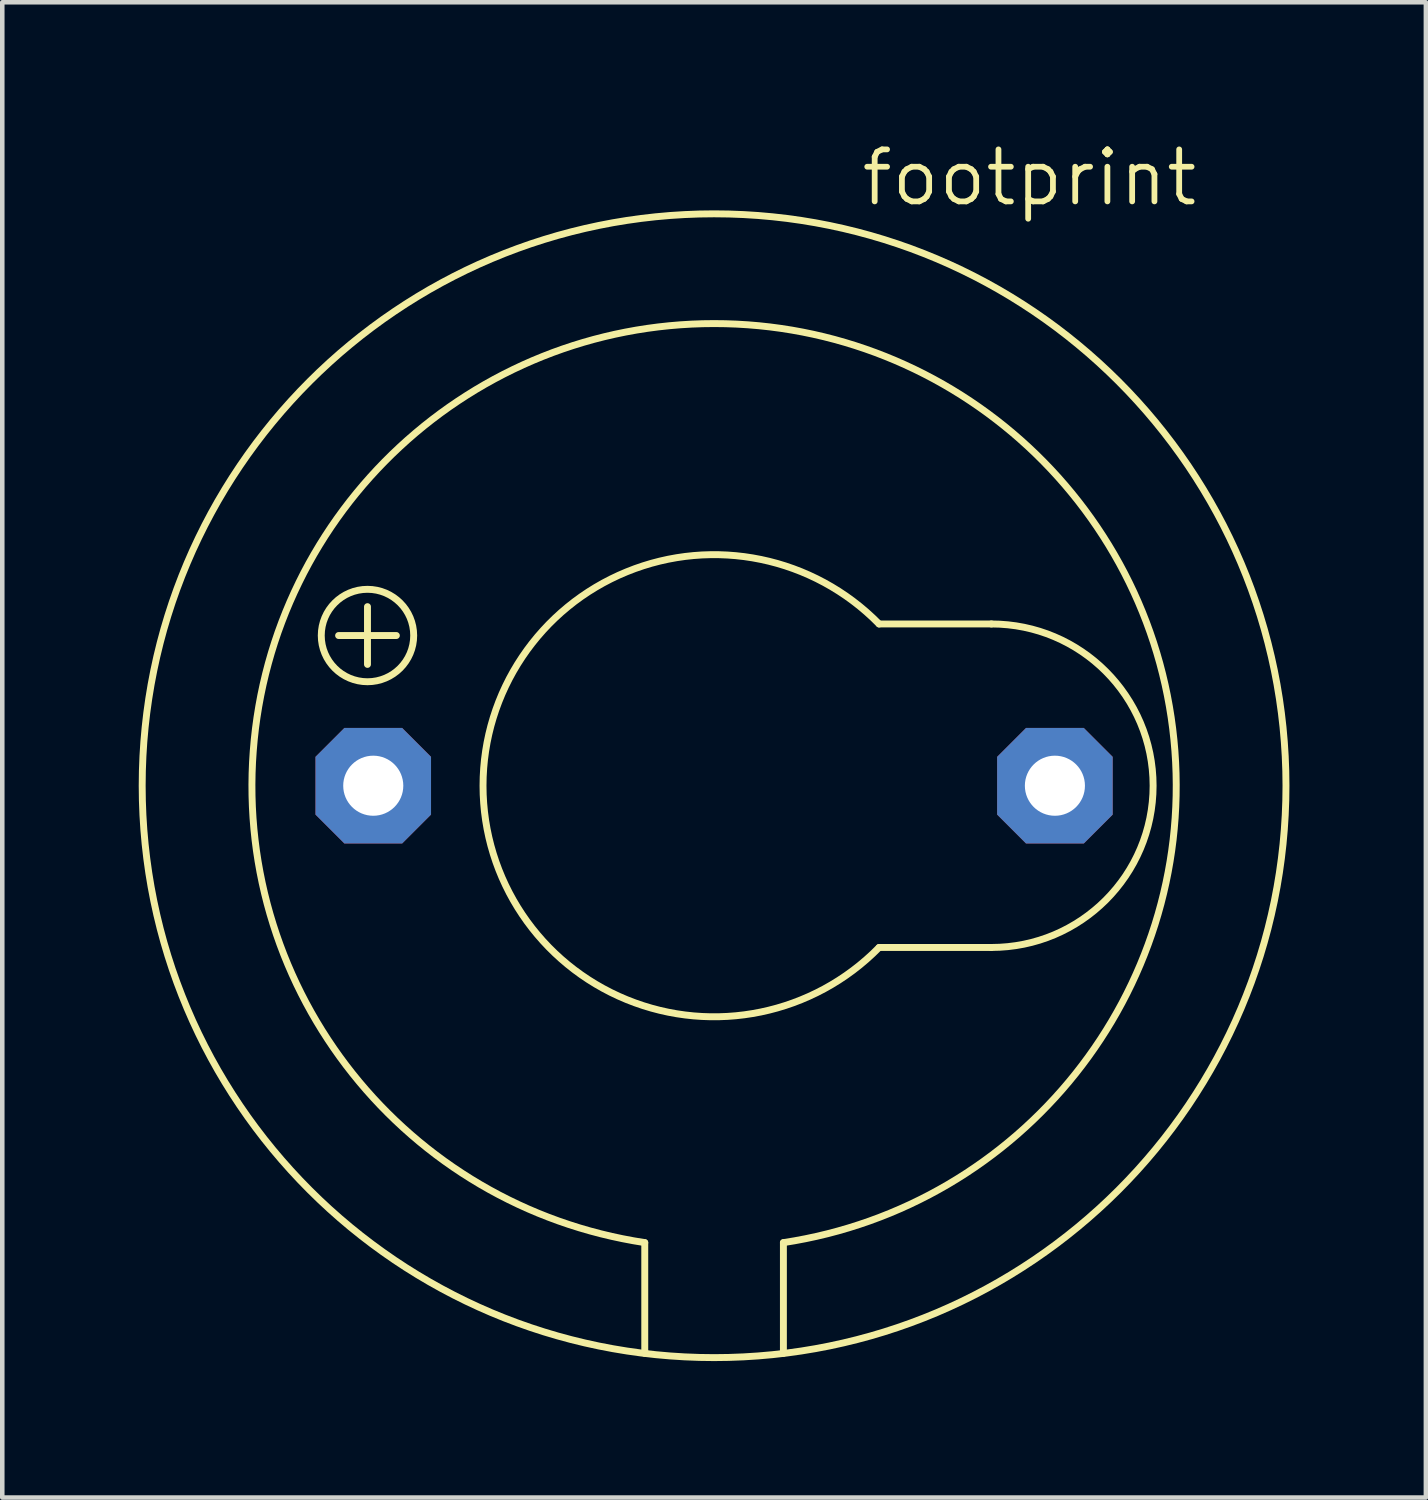
<source format=kicad_pcb>
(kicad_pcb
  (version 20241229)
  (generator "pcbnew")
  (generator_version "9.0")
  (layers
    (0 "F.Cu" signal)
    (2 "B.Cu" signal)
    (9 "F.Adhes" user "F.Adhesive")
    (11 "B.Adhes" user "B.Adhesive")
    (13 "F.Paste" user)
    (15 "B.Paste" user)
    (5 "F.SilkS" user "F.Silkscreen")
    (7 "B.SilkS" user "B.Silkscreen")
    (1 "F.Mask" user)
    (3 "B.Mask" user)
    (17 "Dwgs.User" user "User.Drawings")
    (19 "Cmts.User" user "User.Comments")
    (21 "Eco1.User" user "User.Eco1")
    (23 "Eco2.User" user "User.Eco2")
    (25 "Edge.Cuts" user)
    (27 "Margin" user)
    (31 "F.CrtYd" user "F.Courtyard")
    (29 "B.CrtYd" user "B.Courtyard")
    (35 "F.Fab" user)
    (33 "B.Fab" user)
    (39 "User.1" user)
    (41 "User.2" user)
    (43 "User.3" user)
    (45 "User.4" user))
  (footprint "footprint"
    (layer "F.Cu")
    (at 12.649 14.224)
    (property "Reference" "footprint" (at 3.175 -12.7 0) (layer "F.SilkS") (effects (font (size 1.143 1.143) (thickness 0.127)) (justify left bottom)))
    (fp_line (start -8.255 -3.302) (end -6.985 -3.302) (stroke (width 0.152) (type solid)) (layer "F.SilkS"))
    (fp_line (start -7.62 -2.667) (end -7.62 -3.937) (stroke (width 0.152) (type solid)) (layer "F.SilkS"))
    (fp_line (start -1.524 12.48) (end -1.524 10.045) (stroke (width 0.152) (type solid)) (layer "F.SilkS"))
    (fp_line (start 1.524 12.48) (end 1.524 10.045) (stroke (width 0.152) (type solid)) (layer "F.SilkS"))
    (fp_line (start 3.628 -3.556) (end 6.096 -3.556) (stroke (width 0.152) (type solid)) (layer "F.SilkS"))
    (fp_line (start 3.628 3.556) (end 6.096 3.556) (stroke (width 0.152) (type solid)) (layer "F.SilkS"))
    (fp_arc (start -1.524 10.045) (mid 0 -10.16015) (end 1.524 10.045) (stroke (width 0.1524) (type solid)) (layer "F.SilkS"))
    (fp_arc (start 3.628 3.556) (mid -5.079767 0) (end 3.628 -3.556) (stroke (width 0.1524) (type solid)) (layer "F.SilkS"))
    (fp_arc (start 6.096 -3.556) (mid 9.652 0) (end 6.096 3.556) (stroke (width 0.1524) (type solid)) (layer "F.SilkS"))
    (fp_circle (center -7.62 -3.302) (end -6.604 -3.302) (stroke (width 0.152) (type solid)) (fill no) (layer "F.SilkS"))
    (fp_circle (center 0 0) (end 12.573 0) (stroke (width 0.152) (type solid)) (fill no) (layer "F.SilkS"))
    (pad "+" thru_hole roundrect (at -7.493 0) (size 2.54 2.54) (drill 1.321) (layers "*.Cu" "*.Mask") (roundrect_rratio 0.25) (chamfer_ratio 0.25) (chamfer top_left top_right bottom_left bottom_right))
    (pad "-" thru_hole roundrect (at 7.493 0) (size 2.54 2.54) (drill 1.321) (layers "*.Cu" "*.Mask") (roundrect_rratio 0.25) (chamfer_ratio 0.25) (chamfer top_left top_right bottom_left bottom_right)))
  (gr_rect
    (start -3 -3)
    (end 28.298 29.873)
    (stroke (width 0.1) (type default))
    (fill no)
    (layer "Edge.Cuts")))
</source>
